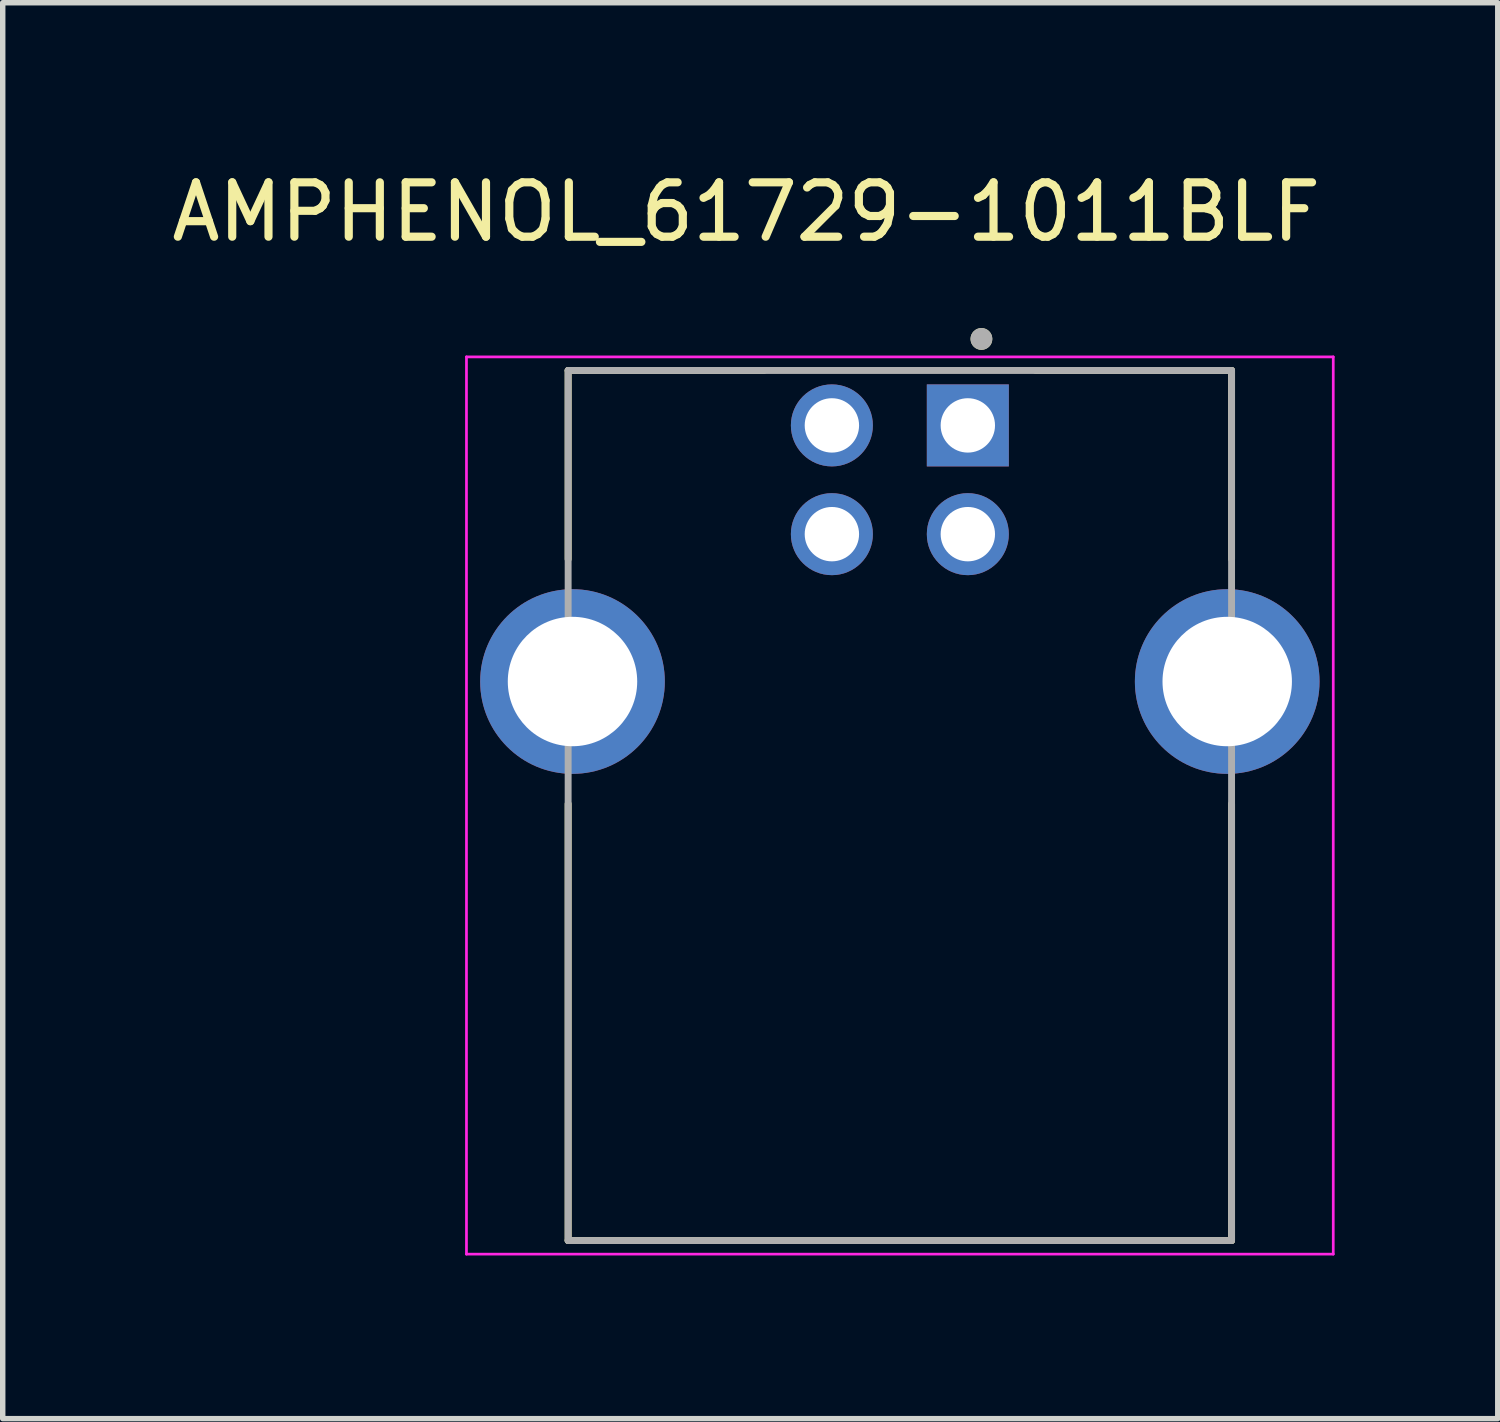
<source format=kicad_pcb>
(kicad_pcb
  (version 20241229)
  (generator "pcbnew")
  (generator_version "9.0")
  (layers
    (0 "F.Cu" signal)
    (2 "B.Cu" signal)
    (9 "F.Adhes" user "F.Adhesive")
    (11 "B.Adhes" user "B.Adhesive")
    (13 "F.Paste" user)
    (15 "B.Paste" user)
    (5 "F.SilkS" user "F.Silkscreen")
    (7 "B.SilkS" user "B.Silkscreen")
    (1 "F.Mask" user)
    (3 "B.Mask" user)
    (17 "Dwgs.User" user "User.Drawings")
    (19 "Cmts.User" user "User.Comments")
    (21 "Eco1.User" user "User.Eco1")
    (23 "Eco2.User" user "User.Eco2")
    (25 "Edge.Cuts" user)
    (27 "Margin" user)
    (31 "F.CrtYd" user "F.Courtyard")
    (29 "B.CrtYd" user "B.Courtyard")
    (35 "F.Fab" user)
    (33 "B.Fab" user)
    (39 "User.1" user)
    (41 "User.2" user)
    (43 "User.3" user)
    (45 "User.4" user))
  (footprint "AMPHENOL_61729-1011BLF"
    (layer "F.Cu")
    (at 13.498 9.483)
    (property "Reference" "AMPHENOL_61729-1011BLF" (at -2.825 -8.635 0) (layer "F.SilkS") (effects (font (size 1 1) (thickness 0.15))))
    (attr through_hole)
    (fp_line (start -6.1 -5.72) (end -6.1 -2.25) (stroke (width 0.127) (type solid)) (layer "F.SilkS"))
    (fp_line (start -6.1 -5.72) (end -2.5 -5.72) (stroke (width 0.127) (type solid)) (layer "F.SilkS"))
    (fp_line (start -6.1 2.25) (end -6.1 10.28) (stroke (width 0.127) (type solid)) (layer "F.SilkS"))
    (fp_line (start -6.1 10.28) (end 6.1 10.28) (stroke (width 0.127) (type solid)) (layer "F.SilkS"))
    (fp_line (start 2.5 -5.72) (end 6.1 -5.72) (stroke (width 0.127) (type solid)) (layer "F.SilkS"))
    (fp_line (start 6.1 -2.25) (end 6.1 -5.72) (stroke (width 0.127) (type solid)) (layer "F.SilkS"))
    (fp_line (start 6.1 10.28) (end 6.1 2.25) (stroke (width 0.127) (type solid)) (layer "F.SilkS"))
    (fp_circle (center 1.5 -6.3) (end 1.6 -6.3) (stroke (width 0.2) (type solid)) (fill no) (layer "F.SilkS"))
    (fp_line (start -7.97 -5.97) (end -7.97 10.53) (stroke (width 0.05) (type solid)) (layer "F.CrtYd"))
    (fp_line (start -7.97 10.53) (end 7.97 10.53) (stroke (width 0.05) (type solid)) (layer "F.CrtYd"))
    (fp_line (start 7.97 -5.97) (end -7.97 -5.97) (stroke (width 0.05) (type solid)) (layer "F.CrtYd"))
    (fp_line (start 7.97 10.53) (end 7.97 -5.97) (stroke (width 0.05) (type solid)) (layer "F.CrtYd"))
    (fp_line (start -6.1 -5.72) (end -6.1 10.28) (stroke (width 0.127) (type solid)) (layer "F.Fab"))
    (fp_line (start -6.1 10.28) (end 6.1 10.28) (stroke (width 0.127) (type solid)) (layer "F.Fab"))
    (fp_line (start 6.1 -5.72) (end -6.1 -5.72) (stroke (width 0.127) (type solid)) (layer "F.Fab"))
    (fp_line (start 6.1 10.28) (end 6.1 -5.72) (stroke (width 0.127) (type solid)) (layer "F.Fab"))
    (fp_circle (center 1.5 -6.3) (end 1.6 -6.3) (stroke (width 0.2) (type solid)) (fill no) (layer "F.Fab"))
    (pad "1" thru_hole rect (at 1.25 -4.71) (size 1.508 1.508) (drill 1) (layers "*.Cu" "*.Mask"))
    (pad "2" thru_hole circle (at -1.25 -4.71) (size 1.508 1.508) (drill 1) (layers "*.Cu" "*.Mask"))
    (pad "3" thru_hole circle (at -1.25 -2.71) (size 1.508 1.508) (drill 1) (layers "*.Cu" "*.Mask"))
    (pad "4" thru_hole circle (at 1.25 -2.71) (size 1.508 1.508) (drill 1) (layers "*.Cu" "*.Mask"))
    (pad "S1" thru_hole circle (at -6.02 0) (size 3.396 3.396) (drill 2.38) (layers "*.Cu" "*.Mask"))
    (pad "S2" thru_hole circle (at 6.02 0) (size 3.396 3.396) (drill 2.38) (layers "*.Cu" "*.Mask")))
  (gr_rect
    (start -3 -3)
    (end 24.493 23.038)
    (stroke (width 0.1) (type default))
    (fill no)
    (layer "Edge.Cuts")))
</source>
